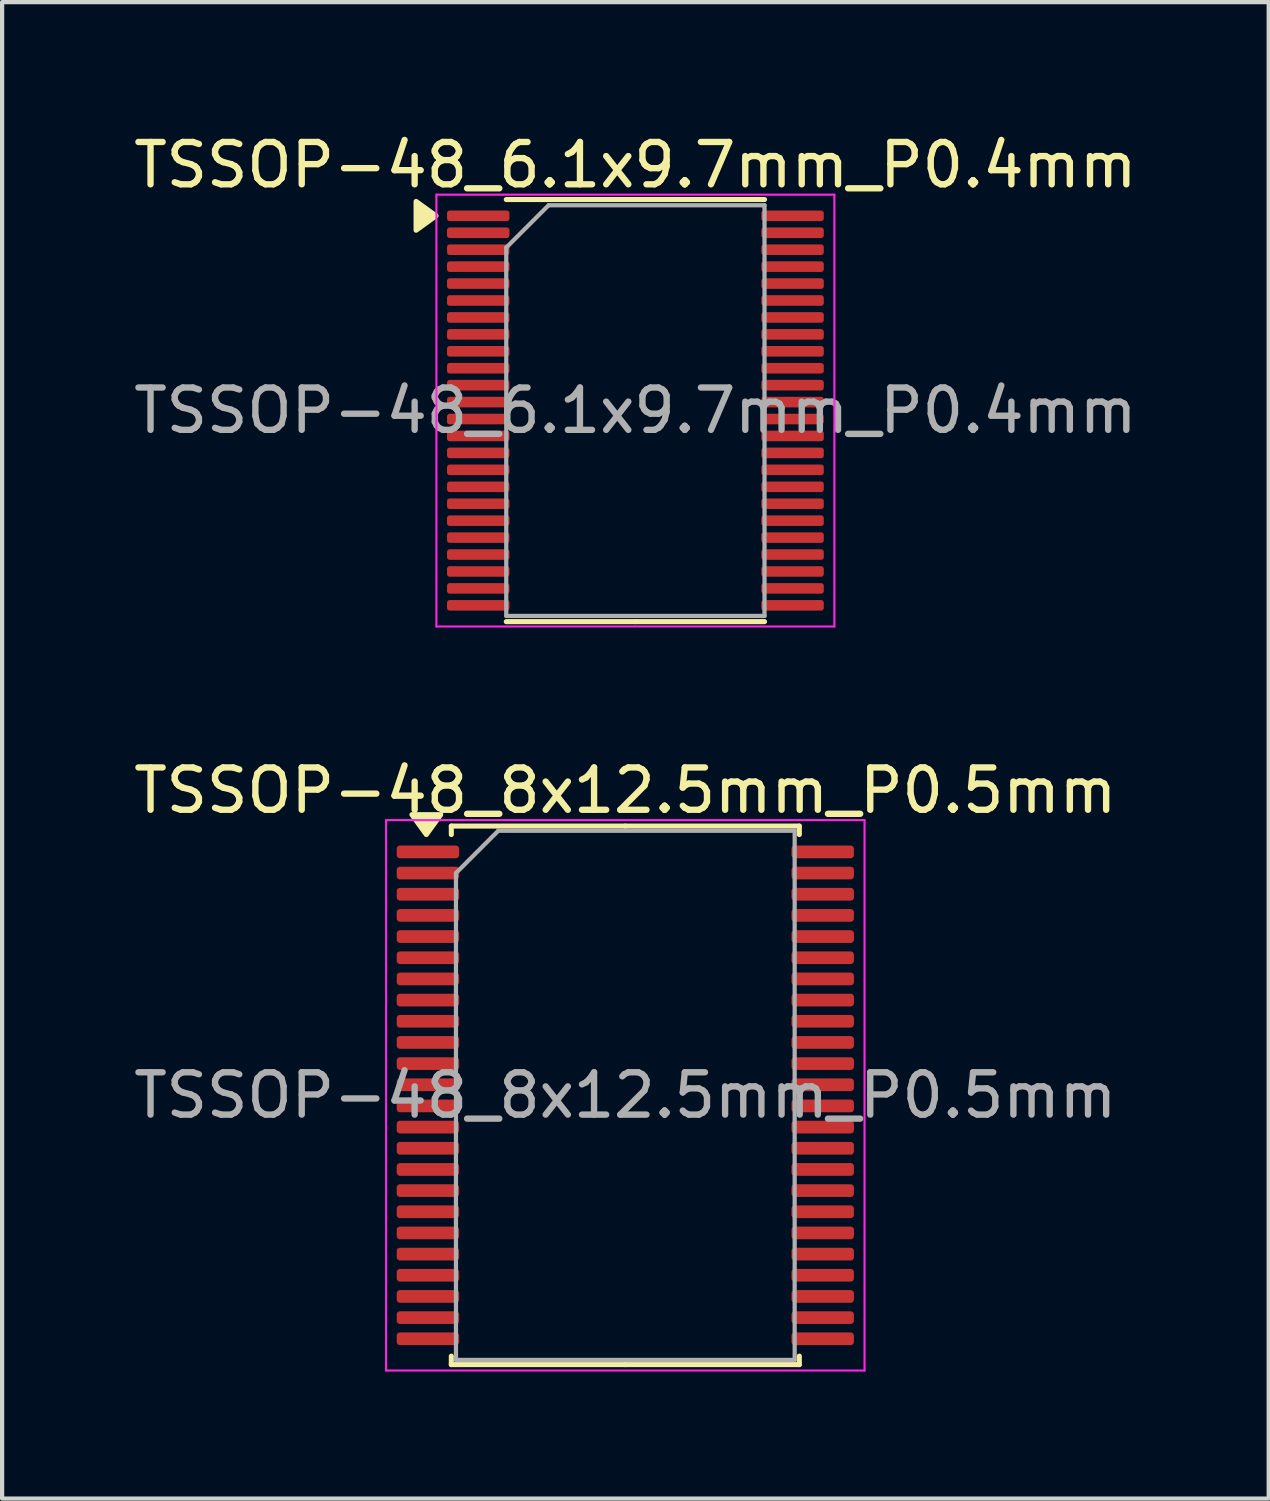
<source format=kicad_pcb>
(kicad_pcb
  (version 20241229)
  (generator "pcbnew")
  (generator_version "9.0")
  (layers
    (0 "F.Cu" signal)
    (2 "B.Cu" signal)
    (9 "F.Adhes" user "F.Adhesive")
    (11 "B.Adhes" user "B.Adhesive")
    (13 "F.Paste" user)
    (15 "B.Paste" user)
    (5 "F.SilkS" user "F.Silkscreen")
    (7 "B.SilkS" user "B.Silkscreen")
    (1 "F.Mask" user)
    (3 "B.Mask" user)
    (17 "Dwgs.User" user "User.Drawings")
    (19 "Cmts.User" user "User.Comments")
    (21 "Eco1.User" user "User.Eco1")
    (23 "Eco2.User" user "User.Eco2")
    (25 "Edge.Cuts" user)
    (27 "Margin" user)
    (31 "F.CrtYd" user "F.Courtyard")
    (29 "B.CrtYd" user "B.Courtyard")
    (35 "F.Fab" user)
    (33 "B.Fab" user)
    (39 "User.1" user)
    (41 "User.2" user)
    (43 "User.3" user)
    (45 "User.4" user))
  (footprint "TSSOP-48_6.1x9.7mm_P0.4mm"
    (layer "F.Cu")
    (at 11.958 6.648)
    (property "Reference" "TSSOP-48_6.1x9.7mm_P0.4mm" (at 0 -5.8 0) (layer "F.SilkS") (effects (font (size 1 1) (thickness 0.15))))
    (attr smd)
    (fp_line (start 0 -4.985) (end -3.05 -4.985) (stroke (width 0.12) (type solid)) (layer "F.SilkS"))
    (fp_line (start 0 -4.985) (end 3.05 -4.985) (stroke (width 0.12) (type solid)) (layer "F.SilkS"))
    (fp_line (start 0 4.985) (end -3.05 4.985) (stroke (width 0.12) (type solid)) (layer "F.SilkS"))
    (fp_line (start 0 4.985) (end 3.05 4.985) (stroke (width 0.12) (type solid)) (layer "F.SilkS"))
    (fp_poly (pts (xy -4.71 -4.6) (xy -5.18 -4.94) (xy -5.18 -4.26) (xy -4.71 -4.6)) (stroke (width 0.12) (type solid)) (fill yes) (layer "F.SilkS"))
    (fp_line (start -4.7 -5.1) (end -4.7 5.1) (stroke (width 0.05) (type solid)) (layer "F.CrtYd"))
    (fp_line (start -4.7 5.1) (end 4.7 5.1) (stroke (width 0.05) (type solid)) (layer "F.CrtYd"))
    (fp_line (start 4.7 -5.1) (end -4.7 -5.1) (stroke (width 0.05) (type solid)) (layer "F.CrtYd"))
    (fp_line (start 4.7 5.1) (end 4.7 -5.1) (stroke (width 0.05) (type solid)) (layer "F.CrtYd"))
    (fp_line (start -3.05 -3.85) (end -2.05 -4.85) (stroke (width 0.1) (type solid)) (layer "F.Fab"))
    (fp_line (start -3.05 4.85) (end -3.05 -3.85) (stroke (width 0.1) (type solid)) (layer "F.Fab"))
    (fp_line (start -2.05 -4.85) (end 3.05 -4.85) (stroke (width 0.1) (type solid)) (layer "F.Fab"))
    (fp_line (start 3.05 -4.85) (end 3.05 4.85) (stroke (width 0.1) (type solid)) (layer "F.Fab"))
    (fp_line (start 3.05 4.85) (end -3.05 4.85) (stroke (width 0.1) (type solid)) (layer "F.Fab"))
    (fp_text user "${REFERENCE}" (at 0 0 0) (layer "F.Fab") (effects (font (size 1 1) (thickness 0.15))))
    (pad "1" smd roundrect (at -3.712 -4.6) (size 1.475 0.25) (layers "F.Cu" "F.Mask" "F.Paste") (roundrect_rratio 0.25))
    (pad "2" smd roundrect (at -3.712 -4.2) (size 1.475 0.25) (layers "F.Cu" "F.Mask" "F.Paste") (roundrect_rratio 0.25))
    (pad "3" smd roundrect (at -3.712 -3.8) (size 1.475 0.25) (layers "F.Cu" "F.Mask" "F.Paste") (roundrect_rratio 0.25))
    (pad "4" smd roundrect (at -3.712 -3.4) (size 1.475 0.25) (layers "F.Cu" "F.Mask" "F.Paste") (roundrect_rratio 0.25))
    (pad "5" smd roundrect (at -3.712 -3) (size 1.475 0.25) (layers "F.Cu" "F.Mask" "F.Paste") (roundrect_rratio 0.25))
    (pad "6" smd roundrect (at -3.712 -2.6) (size 1.475 0.25) (layers "F.Cu" "F.Mask" "F.Paste") (roundrect_rratio 0.25))
    (pad "7" smd roundrect (at -3.712 -2.2) (size 1.475 0.25) (layers "F.Cu" "F.Mask" "F.Paste") (roundrect_rratio 0.25))
    (pad "8" smd roundrect (at -3.712 -1.8) (size 1.475 0.25) (layers "F.Cu" "F.Mask" "F.Paste") (roundrect_rratio 0.25))
    (pad "9" smd roundrect (at -3.712 -1.4) (size 1.475 0.25) (layers "F.Cu" "F.Mask" "F.Paste") (roundrect_rratio 0.25))
    (pad "10" smd roundrect (at -3.712 -1) (size 1.475 0.25) (layers "F.Cu" "F.Mask" "F.Paste") (roundrect_rratio 0.25))
    (pad "11" smd roundrect (at -3.712 -0.6) (size 1.475 0.25) (layers "F.Cu" "F.Mask" "F.Paste") (roundrect_rratio 0.25))
    (pad "12" smd roundrect (at -3.712 -0.2) (size 1.475 0.25) (layers "F.Cu" "F.Mask" "F.Paste") (roundrect_rratio 0.25))
    (pad "13" smd roundrect (at -3.712 0.2) (size 1.475 0.25) (layers "F.Cu" "F.Mask" "F.Paste") (roundrect_rratio 0.25))
    (pad "14" smd roundrect (at -3.712 0.6) (size 1.475 0.25) (layers "F.Cu" "F.Mask" "F.Paste") (roundrect_rratio 0.25))
    (pad "15" smd roundrect (at -3.712 1) (size 1.475 0.25) (layers "F.Cu" "F.Mask" "F.Paste") (roundrect_rratio 0.25))
    (pad "16" smd roundrect (at -3.712 1.4) (size 1.475 0.25) (layers "F.Cu" "F.Mask" "F.Paste") (roundrect_rratio 0.25))
    (pad "17" smd roundrect (at -3.712 1.8) (size 1.475 0.25) (layers "F.Cu" "F.Mask" "F.Paste") (roundrect_rratio 0.25))
    (pad "18" smd roundrect (at -3.712 2.2) (size 1.475 0.25) (layers "F.Cu" "F.Mask" "F.Paste") (roundrect_rratio 0.25))
    (pad "19" smd roundrect (at -3.712 2.6) (size 1.475 0.25) (layers "F.Cu" "F.Mask" "F.Paste") (roundrect_rratio 0.25))
    (pad "20" smd roundrect (at -3.712 3) (size 1.475 0.25) (layers "F.Cu" "F.Mask" "F.Paste") (roundrect_rratio 0.25))
    (pad "21" smd roundrect (at -3.712 3.4) (size 1.475 0.25) (layers "F.Cu" "F.Mask" "F.Paste") (roundrect_rratio 0.25))
    (pad "22" smd roundrect (at -3.712 3.8) (size 1.475 0.25) (layers "F.Cu" "F.Mask" "F.Paste") (roundrect_rratio 0.25))
    (pad "23" smd roundrect (at -3.712 4.2) (size 1.475 0.25) (layers "F.Cu" "F.Mask" "F.Paste") (roundrect_rratio 0.25))
    (pad "24" smd roundrect (at -3.712 4.6) (size 1.475 0.25) (layers "F.Cu" "F.Mask" "F.Paste") (roundrect_rratio 0.25))
    (pad "25" smd roundrect (at 3.712 4.6) (size 1.475 0.25) (layers "F.Cu" "F.Mask" "F.Paste") (roundrect_rratio 0.25))
    (pad "26" smd roundrect (at 3.712 4.2) (size 1.475 0.25) (layers "F.Cu" "F.Mask" "F.Paste") (roundrect_rratio 0.25))
    (pad "27" smd roundrect (at 3.712 3.8) (size 1.475 0.25) (layers "F.Cu" "F.Mask" "F.Paste") (roundrect_rratio 0.25))
    (pad "28" smd roundrect (at 3.712 3.4) (size 1.475 0.25) (layers "F.Cu" "F.Mask" "F.Paste") (roundrect_rratio 0.25))
    (pad "29" smd roundrect (at 3.712 3) (size 1.475 0.25) (layers "F.Cu" "F.Mask" "F.Paste") (roundrect_rratio 0.25))
    (pad "30" smd roundrect (at 3.712 2.6) (size 1.475 0.25) (layers "F.Cu" "F.Mask" "F.Paste") (roundrect_rratio 0.25))
    (pad "31" smd roundrect (at 3.712 2.2) (size 1.475 0.25) (layers "F.Cu" "F.Mask" "F.Paste") (roundrect_rratio 0.25))
    (pad "32" smd roundrect (at 3.712 1.8) (size 1.475 0.25) (layers "F.Cu" "F.Mask" "F.Paste") (roundrect_rratio 0.25))
    (pad "33" smd roundrect (at 3.712 1.4) (size 1.475 0.25) (layers "F.Cu" "F.Mask" "F.Paste") (roundrect_rratio 0.25))
    (pad "34" smd roundrect (at 3.712 1) (size 1.475 0.25) (layers "F.Cu" "F.Mask" "F.Paste") (roundrect_rratio 0.25))
    (pad "35" smd roundrect (at 3.712 0.6) (size 1.475 0.25) (layers "F.Cu" "F.Mask" "F.Paste") (roundrect_rratio 0.25))
    (pad "36" smd roundrect (at 3.712 0.2) (size 1.475 0.25) (layers "F.Cu" "F.Mask" "F.Paste") (roundrect_rratio 0.25))
    (pad "37" smd roundrect (at 3.712 -0.2) (size 1.475 0.25) (layers "F.Cu" "F.Mask" "F.Paste") (roundrect_rratio 0.25))
    (pad "38" smd roundrect (at 3.712 -0.6) (size 1.475 0.25) (layers "F.Cu" "F.Mask" "F.Paste") (roundrect_rratio 0.25))
    (pad "39" smd roundrect (at 3.712 -1) (size 1.475 0.25) (layers "F.Cu" "F.Mask" "F.Paste") (roundrect_rratio 0.25))
    (pad "40" smd roundrect (at 3.712 -1.4) (size 1.475 0.25) (layers "F.Cu" "F.Mask" "F.Paste") (roundrect_rratio 0.25))
    (pad "41" smd roundrect (at 3.712 -1.8) (size 1.475 0.25) (layers "F.Cu" "F.Mask" "F.Paste") (roundrect_rratio 0.25))
    (pad "42" smd roundrect (at 3.712 -2.2) (size 1.475 0.25) (layers "F.Cu" "F.Mask" "F.Paste") (roundrect_rratio 0.25))
    (pad "43" smd roundrect (at 3.712 -2.6) (size 1.475 0.25) (layers "F.Cu" "F.Mask" "F.Paste") (roundrect_rratio 0.25))
    (pad "44" smd roundrect (at 3.712 -3) (size 1.475 0.25) (layers "F.Cu" "F.Mask" "F.Paste") (roundrect_rratio 0.25))
    (pad "45" smd roundrect (at 3.712 -3.4) (size 1.475 0.25) (layers "F.Cu" "F.Mask" "F.Paste") (roundrect_rratio 0.25))
    (pad "46" smd roundrect (at 3.712 -3.8) (size 1.475 0.25) (layers "F.Cu" "F.Mask" "F.Paste") (roundrect_rratio 0.25))
    (pad "47" smd roundrect (at 3.712 -4.2) (size 1.475 0.25) (layers "F.Cu" "F.Mask" "F.Paste") (roundrect_rratio 0.25))
    (pad "48" smd roundrect (at 3.712 -4.6) (size 1.475 0.25) (layers "F.Cu" "F.Mask" "F.Paste") (roundrect_rratio 0.25)))
  (footprint "TSSOP-48_8x12.5mm_P0.5mm"
    (layer "F.Cu")
    (at 11.72 22.822)
    (property "Reference" "TSSOP-48_8x12.5mm_P0.5mm" (at 0 -7.2 0) (layer "F.SilkS") (effects (font (size 1 1) (thickness 0.15))))
    (attr smd)
    (fp_line (start -4.11 -6.36) (end -4.11 -6.16) (stroke (width 0.12) (type solid)) (layer "F.SilkS"))
    (fp_line (start -4.11 6.36) (end -4.11 6.16) (stroke (width 0.12) (type solid)) (layer "F.SilkS"))
    (fp_line (start 0 -6.36) (end -4.11 -6.36) (stroke (width 0.12) (type solid)) (layer "F.SilkS"))
    (fp_line (start 0 -6.36) (end 4.11 -6.36) (stroke (width 0.12) (type solid)) (layer "F.SilkS"))
    (fp_line (start 0 6.36) (end -4.11 6.36) (stroke (width 0.12) (type solid)) (layer "F.SilkS"))
    (fp_line (start 0 6.36) (end 4.11 6.36) (stroke (width 0.12) (type solid)) (layer "F.SilkS"))
    (fp_line (start 4.11 -6.36) (end 4.11 -6.16) (stroke (width 0.12) (type solid)) (layer "F.SilkS"))
    (fp_line (start 4.11 6.36) (end 4.11 6.16) (stroke (width 0.12) (type solid)) (layer "F.SilkS"))
    (fp_poly (pts (xy -4.7 -6.16) (xy -5.04 -6.63) (xy -4.36 -6.63) (xy -4.7 -6.16)) (stroke (width 0.12) (type solid)) (fill yes) (layer "F.SilkS"))
    (fp_line (start -5.65 -6.5) (end -5.65 6.5) (stroke (width 0.05) (type solid)) (layer "F.CrtYd"))
    (fp_line (start -5.65 6.5) (end 5.65 6.5) (stroke (width 0.05) (type solid)) (layer "F.CrtYd"))
    (fp_line (start 5.65 -6.5) (end -5.65 -6.5) (stroke (width 0.05) (type solid)) (layer "F.CrtYd"))
    (fp_line (start 5.65 6.5) (end 5.65 -6.5) (stroke (width 0.05) (type solid)) (layer "F.CrtYd"))
    (fp_line (start -4 -5.25) (end -3 -6.25) (stroke (width 0.1) (type solid)) (layer "F.Fab"))
    (fp_line (start -4 6.25) (end -4 -5.25) (stroke (width 0.1) (type solid)) (layer "F.Fab"))
    (fp_line (start -3 -6.25) (end 4 -6.25) (stroke (width 0.1) (type solid)) (layer "F.Fab"))
    (fp_line (start 4 -6.25) (end 4 6.25) (stroke (width 0.1) (type solid)) (layer "F.Fab"))
    (fp_line (start 4 6.25) (end -4 6.25) (stroke (width 0.1) (type solid)) (layer "F.Fab"))
    (fp_text user "${REFERENCE}" (at 0 0 0) (layer "F.Fab") (effects (font (size 1 1) (thickness 0.15))))
    (pad "1" smd roundrect (at -4.662 -5.75) (size 1.475 0.3) (layers "F.Cu" "F.Mask" "F.Paste") (roundrect_rratio 0.25))
    (pad "2" smd roundrect (at -4.662 -5.25) (size 1.475 0.3) (layers "F.Cu" "F.Mask" "F.Paste") (roundrect_rratio 0.25))
    (pad "3" smd roundrect (at -4.662 -4.75) (size 1.475 0.3) (layers "F.Cu" "F.Mask" "F.Paste") (roundrect_rratio 0.25))
    (pad "4" smd roundrect (at -4.662 -4.25) (size 1.475 0.3) (layers "F.Cu" "F.Mask" "F.Paste") (roundrect_rratio 0.25))
    (pad "5" smd roundrect (at -4.662 -3.75) (size 1.475 0.3) (layers "F.Cu" "F.Mask" "F.Paste") (roundrect_rratio 0.25))
    (pad "6" smd roundrect (at -4.662 -3.25) (size 1.475 0.3) (layers "F.Cu" "F.Mask" "F.Paste") (roundrect_rratio 0.25))
    (pad "7" smd roundrect (at -4.662 -2.75) (size 1.475 0.3) (layers "F.Cu" "F.Mask" "F.Paste") (roundrect_rratio 0.25))
    (pad "8" smd roundrect (at -4.662 -2.25) (size 1.475 0.3) (layers "F.Cu" "F.Mask" "F.Paste") (roundrect_rratio 0.25))
    (pad "9" smd roundrect (at -4.662 -1.75) (size 1.475 0.3) (layers "F.Cu" "F.Mask" "F.Paste") (roundrect_rratio 0.25))
    (pad "10" smd roundrect (at -4.662 -1.25) (size 1.475 0.3) (layers "F.Cu" "F.Mask" "F.Paste") (roundrect_rratio 0.25))
    (pad "11" smd roundrect (at -4.662 -0.75) (size 1.475 0.3) (layers "F.Cu" "F.Mask" "F.Paste") (roundrect_rratio 0.25))
    (pad "12" smd roundrect (at -4.662 -0.25) (size 1.475 0.3) (layers "F.Cu" "F.Mask" "F.Paste") (roundrect_rratio 0.25))
    (pad "13" smd roundrect (at -4.662 0.25) (size 1.475 0.3) (layers "F.Cu" "F.Mask" "F.Paste") (roundrect_rratio 0.25))
    (pad "14" smd roundrect (at -4.662 0.75) (size 1.475 0.3) (layers "F.Cu" "F.Mask" "F.Paste") (roundrect_rratio 0.25))
    (pad "15" smd roundrect (at -4.662 1.25) (size 1.475 0.3) (layers "F.Cu" "F.Mask" "F.Paste") (roundrect_rratio 0.25))
    (pad "16" smd roundrect (at -4.662 1.75) (size 1.475 0.3) (layers "F.Cu" "F.Mask" "F.Paste") (roundrect_rratio 0.25))
    (pad "17" smd roundrect (at -4.662 2.25) (size 1.475 0.3) (layers "F.Cu" "F.Mask" "F.Paste") (roundrect_rratio 0.25))
    (pad "18" smd roundrect (at -4.662 2.75) (size 1.475 0.3) (layers "F.Cu" "F.Mask" "F.Paste") (roundrect_rratio 0.25))
    (pad "19" smd roundrect (at -4.662 3.25) (size 1.475 0.3) (layers "F.Cu" "F.Mask" "F.Paste") (roundrect_rratio 0.25))
    (pad "20" smd roundrect (at -4.662 3.75) (size 1.475 0.3) (layers "F.Cu" "F.Mask" "F.Paste") (roundrect_rratio 0.25))
    (pad "21" smd roundrect (at -4.662 4.25) (size 1.475 0.3) (layers "F.Cu" "F.Mask" "F.Paste") (roundrect_rratio 0.25))
    (pad "22" smd roundrect (at -4.662 4.75) (size 1.475 0.3) (layers "F.Cu" "F.Mask" "F.Paste") (roundrect_rratio 0.25))
    (pad "23" smd roundrect (at -4.662 5.25) (size 1.475 0.3) (layers "F.Cu" "F.Mask" "F.Paste") (roundrect_rratio 0.25))
    (pad "24" smd roundrect (at -4.662 5.75) (size 1.475 0.3) (layers "F.Cu" "F.Mask" "F.Paste") (roundrect_rratio 0.25))
    (pad "25" smd roundrect (at 4.662 5.75) (size 1.475 0.3) (layers "F.Cu" "F.Mask" "F.Paste") (roundrect_rratio 0.25))
    (pad "26" smd roundrect (at 4.662 5.25) (size 1.475 0.3) (layers "F.Cu" "F.Mask" "F.Paste") (roundrect_rratio 0.25))
    (pad "27" smd roundrect (at 4.662 4.75) (size 1.475 0.3) (layers "F.Cu" "F.Mask" "F.Paste") (roundrect_rratio 0.25))
    (pad "28" smd roundrect (at 4.662 4.25) (size 1.475 0.3) (layers "F.Cu" "F.Mask" "F.Paste") (roundrect_rratio 0.25))
    (pad "29" smd roundrect (at 4.662 3.75) (size 1.475 0.3) (layers "F.Cu" "F.Mask" "F.Paste") (roundrect_rratio 0.25))
    (pad "30" smd roundrect (at 4.662 3.25) (size 1.475 0.3) (layers "F.Cu" "F.Mask" "F.Paste") (roundrect_rratio 0.25))
    (pad "31" smd roundrect (at 4.662 2.75) (size 1.475 0.3) (layers "F.Cu" "F.Mask" "F.Paste") (roundrect_rratio 0.25))
    (pad "32" smd roundrect (at 4.662 2.25) (size 1.475 0.3) (layers "F.Cu" "F.Mask" "F.Paste") (roundrect_rratio 0.25))
    (pad "33" smd roundrect (at 4.662 1.75) (size 1.475 0.3) (layers "F.Cu" "F.Mask" "F.Paste") (roundrect_rratio 0.25))
    (pad "34" smd roundrect (at 4.662 1.25) (size 1.475 0.3) (layers "F.Cu" "F.Mask" "F.Paste") (roundrect_rratio 0.25))
    (pad "35" smd roundrect (at 4.662 0.75) (size 1.475 0.3) (layers "F.Cu" "F.Mask" "F.Paste") (roundrect_rratio 0.25))
    (pad "36" smd roundrect (at 4.662 0.25) (size 1.475 0.3) (layers "F.Cu" "F.Mask" "F.Paste") (roundrect_rratio 0.25))
    (pad "37" smd roundrect (at 4.662 -0.25) (size 1.475 0.3) (layers "F.Cu" "F.Mask" "F.Paste") (roundrect_rratio 0.25))
    (pad "38" smd roundrect (at 4.662 -0.75) (size 1.475 0.3) (layers "F.Cu" "F.Mask" "F.Paste") (roundrect_rratio 0.25))
    (pad "39" smd roundrect (at 4.662 -1.25) (size 1.475 0.3) (layers "F.Cu" "F.Mask" "F.Paste") (roundrect_rratio 0.25))
    (pad "40" smd roundrect (at 4.662 -1.75) (size 1.475 0.3) (layers "F.Cu" "F.Mask" "F.Paste") (roundrect_rratio 0.25))
    (pad "41" smd roundrect (at 4.662 -2.25) (size 1.475 0.3) (layers "F.Cu" "F.Mask" "F.Paste") (roundrect_rratio 0.25))
    (pad "42" smd roundrect (at 4.662 -2.75) (size 1.475 0.3) (layers "F.Cu" "F.Mask" "F.Paste") (roundrect_rratio 0.25))
    (pad "43" smd roundrect (at 4.662 -3.25) (size 1.475 0.3) (layers "F.Cu" "F.Mask" "F.Paste") (roundrect_rratio 0.25))
    (pad "44" smd roundrect (at 4.662 -3.75) (size 1.475 0.3) (layers "F.Cu" "F.Mask" "F.Paste") (roundrect_rratio 0.25))
    (pad "45" smd roundrect (at 4.662 -4.25) (size 1.475 0.3) (layers "F.Cu" "F.Mask" "F.Paste") (roundrect_rratio 0.25))
    (pad "46" smd roundrect (at 4.662 -4.75) (size 1.475 0.3) (layers "F.Cu" "F.Mask" "F.Paste") (roundrect_rratio 0.25))
    (pad "47" smd roundrect (at 4.662 -5.25) (size 1.475 0.3) (layers "F.Cu" "F.Mask" "F.Paste") (roundrect_rratio 0.25))
    (pad "48" smd roundrect (at 4.662 -5.75) (size 1.475 0.3) (layers "F.Cu" "F.Mask" "F.Paste") (roundrect_rratio 0.25)))
  (gr_rect
    (start -3 -3)
    (end 26.917 32.346)
    (stroke (width 0.1) (type default))
    (fill no)
    (layer "Edge.Cuts")))
</source>
